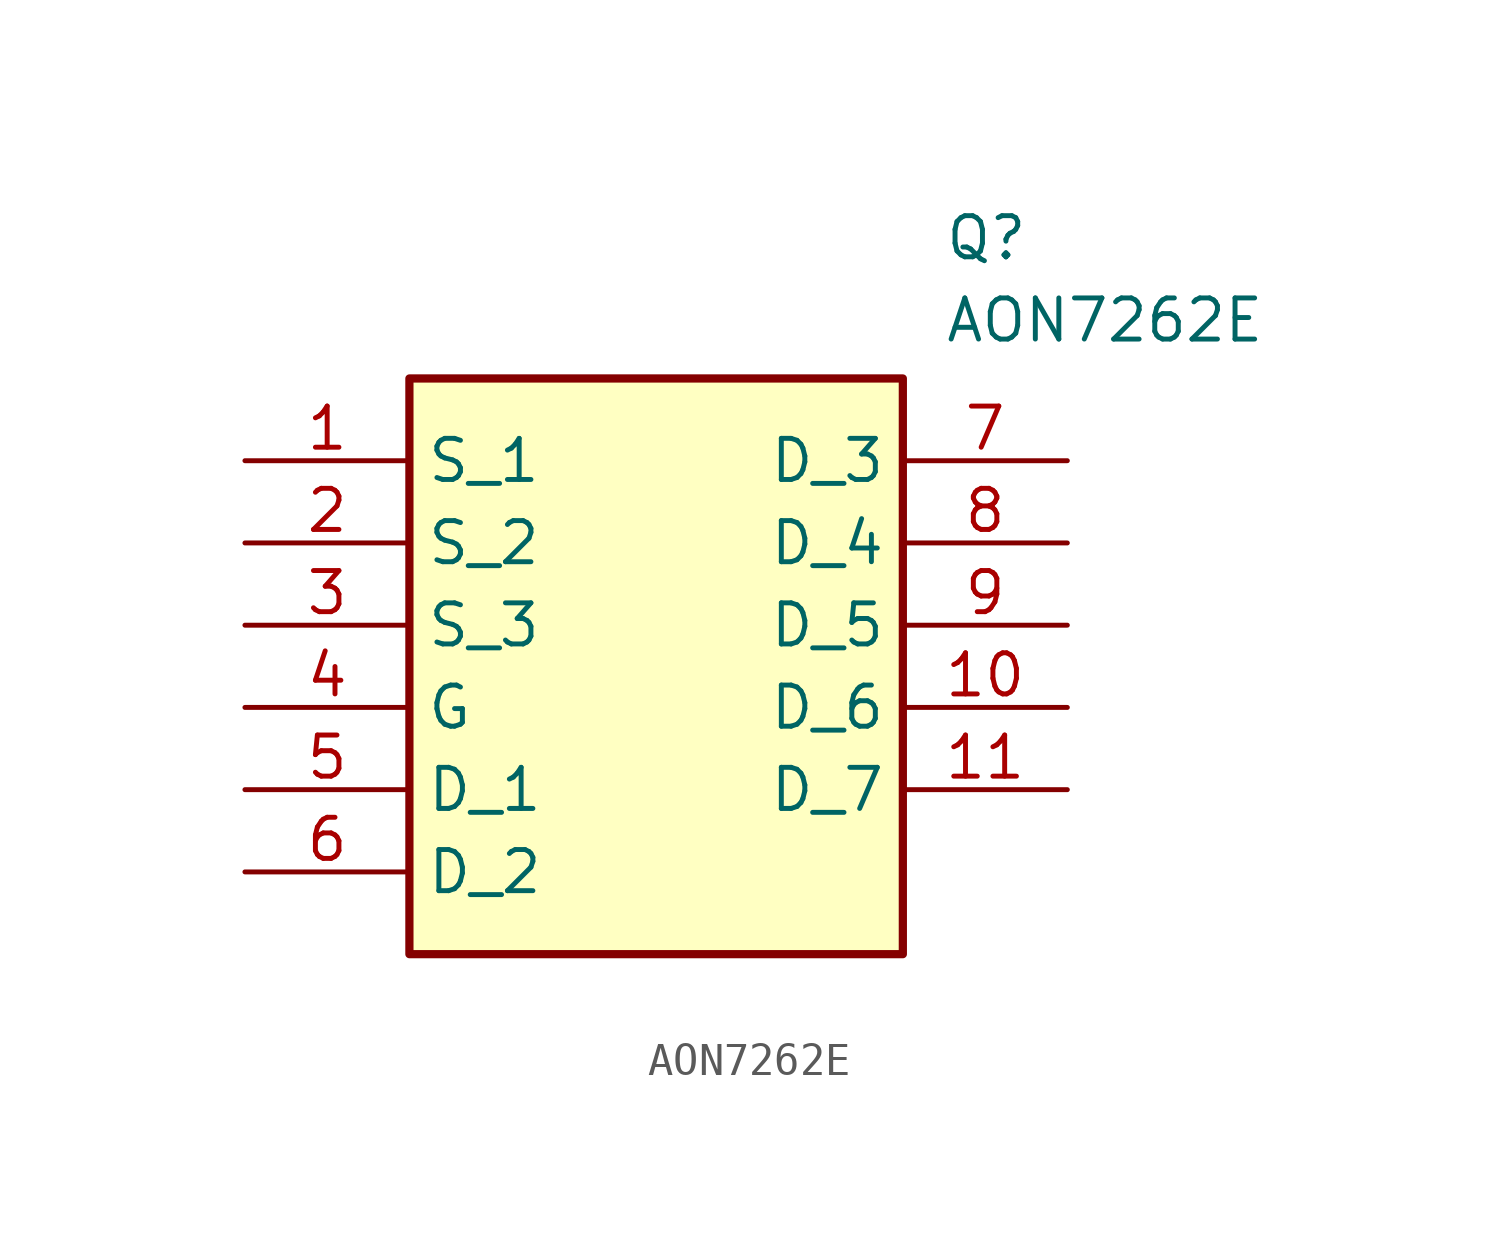
<source format=kicad_sym>
(kicad_symbol_lib
  (version 20231120)
  (generator "kicad_symbol_editor")
  (generator_version "8.0")
  (symbol "AON7262E"
    (property "Reference" "Q"
      (at 21.59 7.62 0)
      (effects (font (size 1.27 1.27)) (justify left top)))
    (property "Value" "AON7262E"
      (at 21.59 5.08 0)
      (effects (font (size 1.27 1.27)) (justify left top)))
    (symbol "AON7262E_1_1"
      (rectangle (start 5.08 2.54) (end 20.32 -15.24) (stroke (width 0.254) (type default)) (fill (type background)))
      (pin passive line (at 0 0 0) (length 5.08) (name "S_1" (effects (font (size 1.27 1.27)))) (number "1" (effects (font (size 1.27 1.27)))))
      (pin passive line (at 25.4 -7.62 180) (length 5.08) (name "D_6" (effects (font (size 1.27 1.27)))) (number "10" (effects (font (size 1.27 1.27)))))
      (pin passive line (at 25.4 -10.16 180) (length 5.08) (name "D_7" (effects (font (size 1.27 1.27)))) (number "11" (effects (font (size 1.27 1.27)))))
      (pin passive line (at 0 -2.54 0) (length 5.08) (name "S_2" (effects (font (size 1.27 1.27)))) (number "2" (effects (font (size 1.27 1.27)))))
      (pin passive line (at 0 -5.08 0) (length 5.08) (name "S_3" (effects (font (size 1.27 1.27)))) (number "3" (effects (font (size 1.27 1.27)))))
      (pin passive line (at 0 -7.62 0) (length 5.08) (name "G" (effects (font (size 1.27 1.27)))) (number "4" (effects (font (size 1.27 1.27)))))
      (pin passive line (at 0 -10.16 0) (length 5.08) (name "D_1" (effects (font (size 1.27 1.27)))) (number "5" (effects (font (size 1.27 1.27)))))
      (pin passive line (at 0 -12.7 0) (length 5.08) (name "D_2" (effects (font (size 1.27 1.27)))) (number "6" (effects (font (size 1.27 1.27)))))
      (pin passive line (at 25.4 0 180) (length 5.08) (name "D_3" (effects (font (size 1.27 1.27)))) (number "7" (effects (font (size 1.27 1.27)))))
      (pin passive line (at 25.4 -2.54 180) (length 5.08) (name "D_4" (effects (font (size 1.27 1.27)))) (number "8" (effects (font (size 1.27 1.27)))))
      (pin passive line (at 25.4 -5.08 180) (length 5.08) (name "D_5" (effects (font (size 1.27 1.27)))) (number "9" (effects (font (size 1.27 1.27))))))))
</source>
